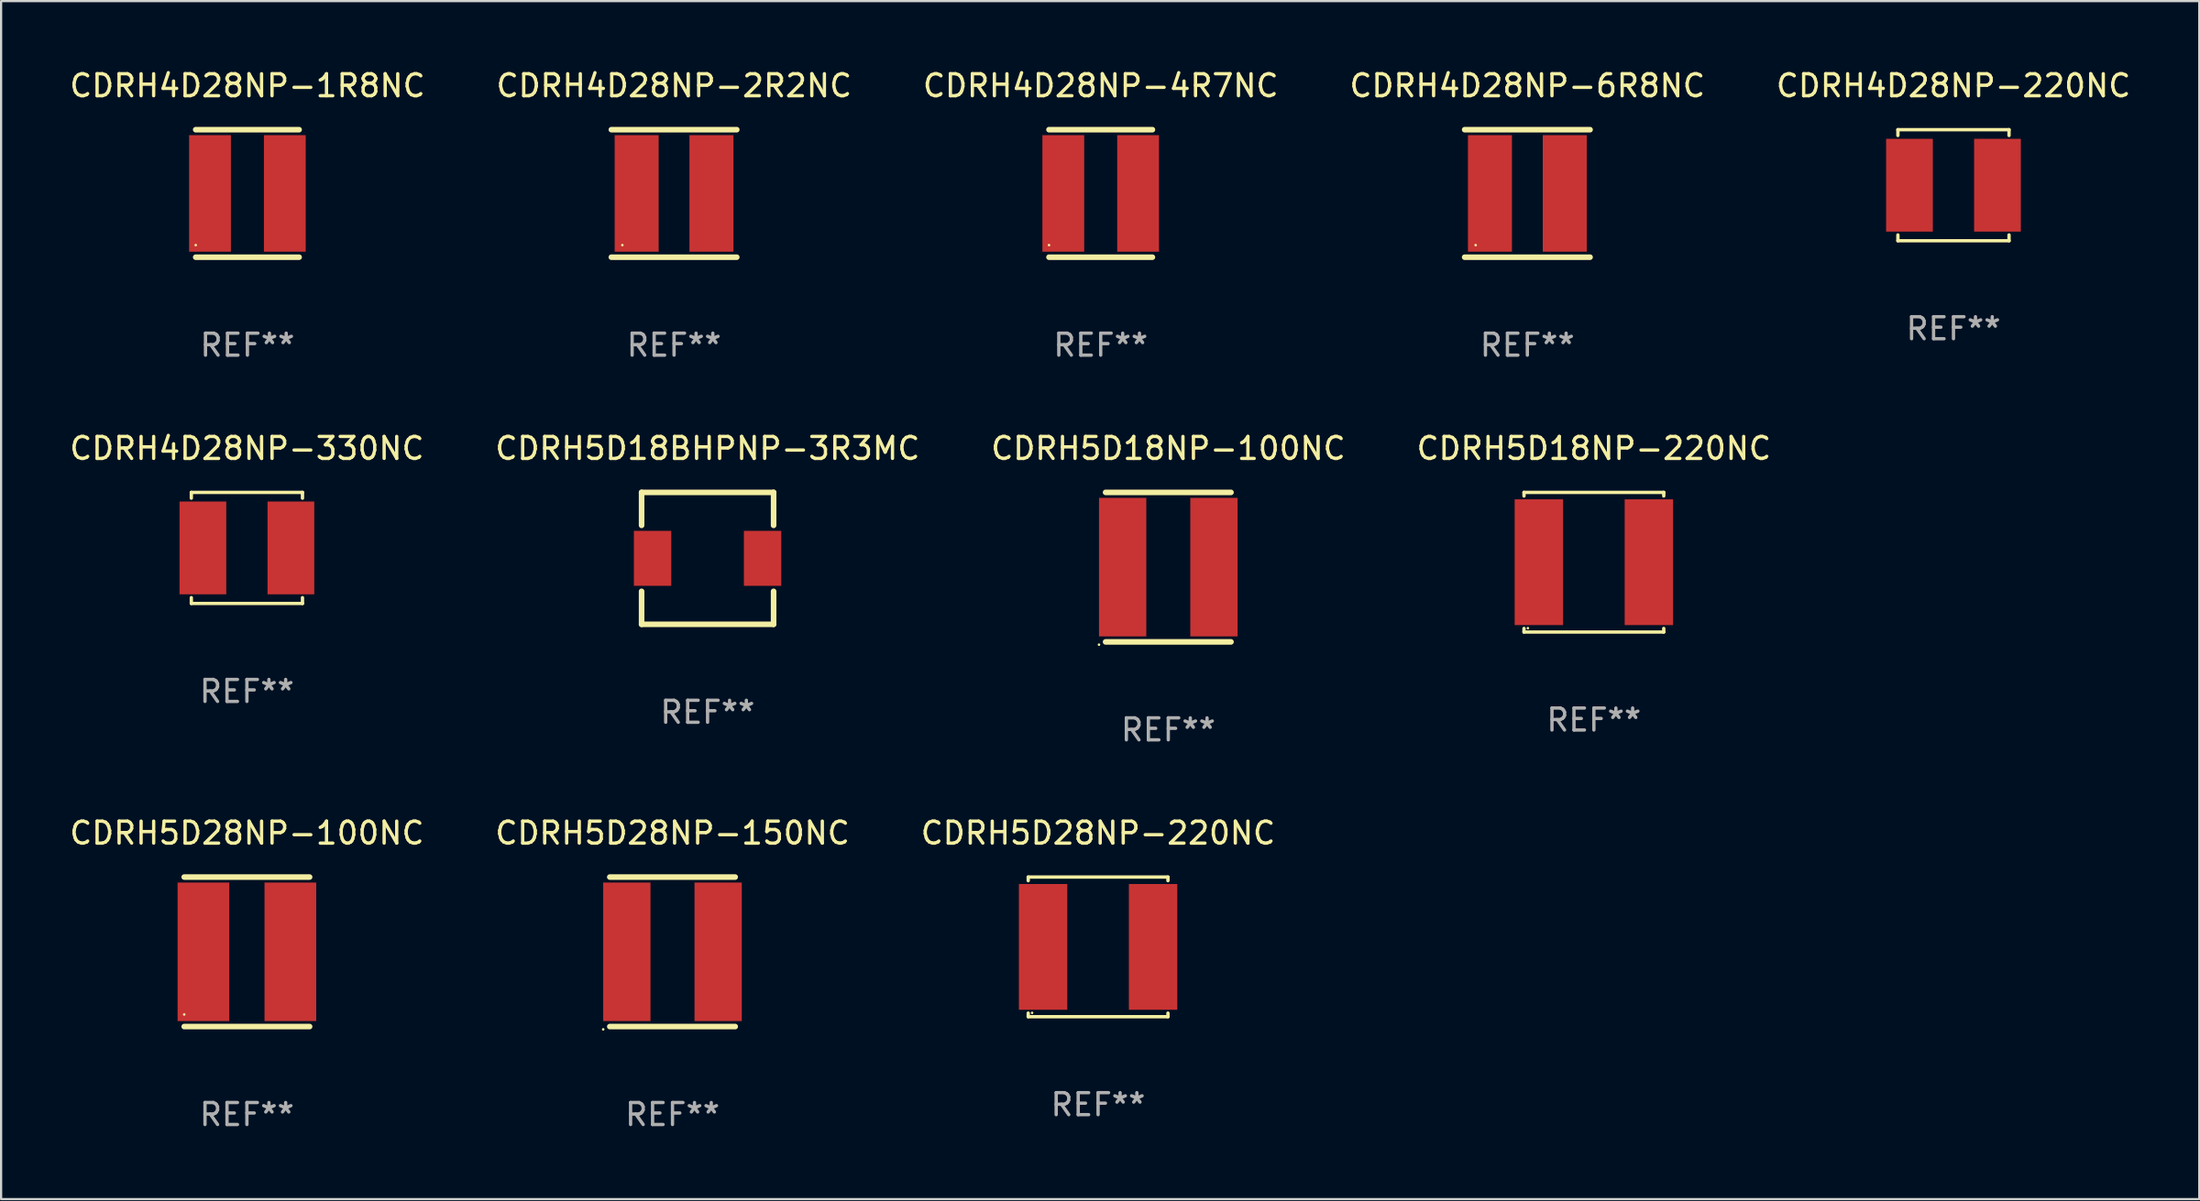
<source format=kicad_pcb>
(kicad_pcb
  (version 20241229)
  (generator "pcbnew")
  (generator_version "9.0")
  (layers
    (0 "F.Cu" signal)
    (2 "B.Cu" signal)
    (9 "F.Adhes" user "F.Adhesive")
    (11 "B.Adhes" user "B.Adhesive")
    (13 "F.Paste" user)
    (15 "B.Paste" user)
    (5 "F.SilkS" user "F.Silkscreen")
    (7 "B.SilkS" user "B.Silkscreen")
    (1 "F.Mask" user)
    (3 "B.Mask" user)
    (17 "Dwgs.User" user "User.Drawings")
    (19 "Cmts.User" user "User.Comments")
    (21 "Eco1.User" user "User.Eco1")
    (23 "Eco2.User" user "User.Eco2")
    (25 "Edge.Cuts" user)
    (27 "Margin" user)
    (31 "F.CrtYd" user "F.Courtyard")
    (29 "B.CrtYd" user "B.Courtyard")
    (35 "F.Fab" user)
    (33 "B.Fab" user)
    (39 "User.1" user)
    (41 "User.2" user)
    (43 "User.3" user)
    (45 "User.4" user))
  (footprint "CDRH4D28NP-220NC"
    (layer "F.Cu")
    (at 85.744 5.374)
    (property "Reference" "CDRH4D28NP-220NC" (at 0 -4.526 0) (layer "F.SilkS") (effects (font (size 1 1) (thickness 0.15))))
    (attr through_hole)
    (fp_line (start -2.526 -2.526) (end 2.526 -2.526) (stroke (width 0.152) (type solid)) (layer "F.SilkS"))
    (fp_line (start -2.526 -2.262) (end -2.526 -2.526) (stroke (width 0.152) (type solid)) (layer "F.SilkS"))
    (fp_line (start -2.526 2.262) (end -2.526 2.526) (stroke (width 0.152) (type solid)) (layer "F.SilkS"))
    (fp_line (start -2.526 2.526) (end 2.526 2.526) (stroke (width 0.152) (type solid)) (layer "F.SilkS"))
    (fp_line (start 2.526 -2.526) (end 2.526 -2.262) (stroke (width 0.152) (type solid)) (layer "F.SilkS"))
    (fp_line (start 2.526 2.526) (end 2.526 2.262) (stroke (width 0.152) (type solid)) (layer "F.SilkS"))
    (fp_circle (center 2.5 -2.5) (end 2.53 -2.5) (stroke (width 0.06) (type solid)) (fill no) (layer "F.SilkS"))
    (fp_text user "REF**" (at 0 6.526 0) (layer "F.Fab") (effects (font (size 1 1) (thickness 0.15))))
    (pad "1" smd rect (at 2 0) (size 2.124 4.22) (layers "F.Cu" "F.Mask" "F.Paste"))
    (pad "2" smd rect (at -2 0) (size 2.124 4.22) (layers "F.Cu" "F.Mask" "F.Paste")))
  (footprint "CDRH5D18NP-100NC"
    (layer "F.Cu")
    (at 50.054 22.745)
    (property "Reference" "CDRH5D18NP-100NC" (at 0 -5.4 0) (layer "F.SilkS") (effects (font (size 1 1) (thickness 0.15))))
    (attr through_hole)
    (fp_line (start -2.85 -3.4) (end 2.85 -3.4) (stroke (width 0.254) (type solid)) (layer "F.SilkS"))
    (fp_line (start -2.85 3.4) (end 2.85 3.4) (stroke (width 0.254) (type solid)) (layer "F.SilkS"))
    (fp_circle (center -3.15 3.527) (end -3.12 3.527) (stroke (width 0.06) (type solid)) (fill no) (layer "F.SilkS"))
    (fp_text user "REF**" (at 0 7.4 0) (layer "F.Fab") (effects (font (size 1 1) (thickness 0.15))))
    (pad "1" smd rect (at -2.075 0 90) (size 6.3 2.15) (layers "F.Cu" "F.Mask" "F.Paste"))
    (pad "2" smd rect (at 2.075 0 90) (size 6.3 2.15) (layers "F.Cu" "F.Mask" "F.Paste")))
  (footprint "CDRH4D28NP-1R8NC"
    (layer "F.Cu")
    (at 8.196 5.748)
    (property "Reference" "CDRH4D28NP-1R8NC" (at 0 -4.9 0) (layer "F.SilkS") (effects (font (size 1 1) (thickness 0.15))))
    (attr through_hole)
    (fp_line (start -2.35 -2.9) (end 2.35 -2.9) (stroke (width 0.254) (type solid)) (layer "F.SilkS"))
    (fp_line (start -2.35 2.9) (end 2.35 2.9) (stroke (width 0.254) (type solid)) (layer "F.SilkS"))
    (fp_circle (center -2.35 2.35) (end -2.32 2.35) (stroke (width 0.06) (type solid)) (fill no) (layer "F.SilkS"))
    (fp_text user "REF**" (at 0 6.9 0) (layer "F.Fab") (effects (font (size 1 1) (thickness 0.15))))
    (pad "1" smd rect (at -1.7 0) (size 1.9 5.3) (layers "F.Cu" "F.Mask" "F.Paste"))
    (pad "2" smd rect (at 1.7 0) (size 1.9 5.3) (layers "F.Cu" "F.Mask" "F.Paste")))
  (footprint "CDRH4D28NP-4R7NC"
    (layer "F.Cu")
    (at 46.982 5.748)
    (property "Reference" "CDRH4D28NP-4R7NC" (at 0 -4.9 0) (layer "F.SilkS") (effects (font (size 1 1) (thickness 0.15))))
    (attr through_hole)
    (fp_line (start -2.35 -2.9) (end 2.35 -2.9) (stroke (width 0.254) (type solid)) (layer "F.SilkS"))
    (fp_line (start -2.35 2.9) (end 2.35 2.9) (stroke (width 0.254) (type solid)) (layer "F.SilkS"))
    (fp_circle (center -2.35 2.35) (end -2.32 2.35) (stroke (width 0.06) (type solid)) (fill no) (layer "F.SilkS"))
    (fp_text user "REF**" (at 0 6.9 0) (layer "F.Fab") (effects (font (size 1 1) (thickness 0.15))))
    (pad "1" smd rect (at -1.7 0) (size 1.9 5.3) (layers "F.Cu" "F.Mask" "F.Paste"))
    (pad "2" smd rect (at 1.7 0) (size 1.9 5.3) (layers "F.Cu" "F.Mask" "F.Paste")))
  (footprint "CDRH5D18NP-220NC"
    (layer "F.Cu")
    (at 69.399 22.521)
    (property "Reference" "CDRH5D18NP-220NC" (at 0 -5.176 0) (layer "F.SilkS") (effects (font (size 1 1) (thickness 0.15))))
    (attr through_hole)
    (fp_line (start -3.176 -3.176) (end 3.176 -3.176) (stroke (width 0.152) (type solid)) (layer "F.SilkS"))
    (fp_line (start -3.176 -3.012) (end -3.176 -3.176) (stroke (width 0.152) (type solid)) (layer "F.SilkS"))
    (fp_line (start -3.176 3.012) (end -3.176 3.176) (stroke (width 0.152) (type solid)) (layer "F.SilkS"))
    (fp_line (start -3.176 3.176) (end 3.176 3.176) (stroke (width 0.152) (type solid)) (layer "F.SilkS"))
    (fp_line (start 3.176 -3.176) (end 3.176 -3.012) (stroke (width 0.152) (type solid)) (layer "F.SilkS"))
    (fp_line (start 3.176 3.176) (end 3.176 3.012) (stroke (width 0.152) (type solid)) (layer "F.SilkS"))
    (fp_circle (center -3 3) (end -2.97 3) (stroke (width 0.06) (type solid)) (fill no) (layer "F.SilkS"))
    (fp_text user "REF**" (at 0 7.176 0) (layer "F.Fab") (effects (font (size 1 1) (thickness 0.15))))
    (pad "1" smd rect (at -2.5 0) (size 2.2 5.72) (layers "F.Cu" "F.Mask" "F.Paste"))
    (pad "2" smd rect (at 2.5 0) (size 2.2 5.72) (layers "F.Cu" "F.Mask" "F.Paste")))
  (footprint "CDRH4D28NP-330NC"
    (layer "F.Cu")
    (at 8.173 21.871)
    (property "Reference" "CDRH4D28NP-330NC" (at 0 -4.526 0) (layer "F.SilkS") (effects (font (size 1 1) (thickness 0.15))))
    (attr through_hole)
    (fp_line (start -2.526 -2.526) (end 2.526 -2.526) (stroke (width 0.152) (type solid)) (layer "F.SilkS"))
    (fp_line (start -2.526 -2.262) (end -2.526 -2.526) (stroke (width 0.152) (type solid)) (layer "F.SilkS"))
    (fp_line (start -2.526 2.262) (end -2.526 2.526) (stroke (width 0.152) (type solid)) (layer "F.SilkS"))
    (fp_line (start -2.526 2.526) (end 2.526 2.526) (stroke (width 0.152) (type solid)) (layer "F.SilkS"))
    (fp_line (start 2.526 -2.526) (end 2.526 -2.262) (stroke (width 0.152) (type solid)) (layer "F.SilkS"))
    (fp_line (start 2.526 2.526) (end 2.526 2.262) (stroke (width 0.152) (type solid)) (layer "F.SilkS"))
    (fp_circle (center 2.5 -2.5) (end 2.53 -2.5) (stroke (width 0.06) (type solid)) (fill no) (layer "F.SilkS"))
    (fp_text user "REF**" (at 0 6.526 0) (layer "F.Fab") (effects (font (size 1 1) (thickness 0.15))))
    (pad "1" smd rect (at 2 0) (size 2.124 4.22) (layers "F.Cu" "F.Mask" "F.Paste"))
    (pad "2" smd rect (at -2 0) (size 2.124 4.22) (layers "F.Cu" "F.Mask" "F.Paste")))
  (footprint "CDRH4D28NP-2R2NC"
    (layer "F.Cu")
    (at 27.589 5.748)
    (property "Reference" "CDRH4D28NP-2R2NC" (at 0 -4.9 0) (layer "F.SilkS") (effects (font (size 1 1) (thickness 0.15))))
    (attr through_hole)
    (fp_line (start -2.85 -2.9) (end 2.85 -2.9) (stroke (width 0.254) (type solid)) (layer "F.SilkS"))
    (fp_line (start -2.85 2.9) (end 2.85 2.9) (stroke (width 0.254) (type solid)) (layer "F.SilkS"))
    (fp_circle (center -2.35 2.35) (end -2.32 2.35) (stroke (width 0.06) (type solid)) (fill no) (layer "F.SilkS"))
    (fp_text user "REF**" (at 0 6.9 0) (layer "F.Fab") (effects (font (size 1 1) (thickness 0.15))))
    (pad "1" smd rect (at -1.7 0) (size 2 5.3) (layers "F.Cu" "F.Mask" "F.Paste"))
    (pad "2" smd rect (at 1.7 0) (size 2 5.3) (layers "F.Cu" "F.Mask" "F.Paste")))
  (footprint "CDRH5D28NP-220NC"
    (layer "F.Cu")
    (at 46.863 40.017)
    (property "Reference" "CDRH5D28NP-220NC" (at 0 -5.176 0) (layer "F.SilkS") (effects (font (size 1 1) (thickness 0.15))))
    (attr through_hole)
    (fp_line (start -3.176 -3.176) (end 3.176 -3.176) (stroke (width 0.152) (type solid)) (layer "F.SilkS"))
    (fp_line (start -3.176 -3.012) (end -3.176 -3.176) (stroke (width 0.152) (type solid)) (layer "F.SilkS"))
    (fp_line (start -3.176 3.012) (end -3.176 3.176) (stroke (width 0.152) (type solid)) (layer "F.SilkS"))
    (fp_line (start -3.176 3.176) (end 3.176 3.176) (stroke (width 0.152) (type solid)) (layer "F.SilkS"))
    (fp_line (start 3.176 -3.176) (end 3.176 -3.012) (stroke (width 0.152) (type solid)) (layer "F.SilkS"))
    (fp_line (start 3.176 3.176) (end 3.176 3.012) (stroke (width 0.152) (type solid)) (layer "F.SilkS"))
    (fp_circle (center -3 3) (end -2.97 3) (stroke (width 0.06) (type solid)) (fill no) (layer "F.SilkS"))
    (fp_text user "REF**" (at 0 7.176 0) (layer "F.Fab") (effects (font (size 1 1) (thickness 0.15))))
    (pad "1" smd rect (at -2.5 0) (size 2.2 5.72) (layers "F.Cu" "F.Mask" "F.Paste"))
    (pad "2" smd rect (at 2.5 0) (size 2.2 5.72) (layers "F.Cu" "F.Mask" "F.Paste")))
  (footprint "CDRH5D28NP-100NC"
    (layer "F.Cu")
    (at 8.173 40.241)
    (property "Reference" "CDRH5D28NP-100NC" (at 0 -5.4 0) (layer "F.SilkS") (effects (font (size 1 1) (thickness 0.15))))
    (attr through_hole)
    (fp_line (start -2.85 -3.4) (end 2.85 -3.4) (stroke (width 0.254) (type solid)) (layer "F.SilkS"))
    (fp_line (start -2.85 3.4) (end 2.85 3.4) (stroke (width 0.254) (type solid)) (layer "F.SilkS"))
    (fp_circle (center -2.85 2.85) (end -2.82 2.85) (stroke (width 0.06) (type solid)) (fill no) (layer "F.SilkS"))
    (fp_text user "REF**" (at 0 7.4 0) (layer "F.Fab") (effects (font (size 1 1) (thickness 0.15))))
    (pad "1" smd rect (at -1.975 0 90) (size 6.3 2.35) (layers "F.Cu" "F.Mask" "F.Paste"))
    (pad "2" smd rect (at 1.975 0 90) (size 6.3 2.35) (layers "F.Cu" "F.Mask" "F.Paste")))
  (footprint "CDRH5D18BHPNP-3R3MC"
    (layer "F.Cu")
    (at 29.113 22.345)
    (property "Reference" "CDRH5D18BHPNP-3R3MC" (at 0 -5 0) (layer "F.SilkS") (effects (font (size 1 1) (thickness 0.15))))
    (attr through_hole)
    (fp_line (start -3 -3) (end 3 -3) (stroke (width 0.254) (type solid)) (layer "F.SilkS"))
    (fp_line (start -3 -1.5) (end -3 -3) (stroke (width 0.254) (type solid)) (layer "F.SilkS"))
    (fp_line (start -3 1.5) (end -3 3) (stroke (width 0.254) (type solid)) (layer "F.SilkS"))
    (fp_line (start -3 3) (end 3 3) (stroke (width 0.254) (type solid)) (layer "F.SilkS"))
    (fp_line (start 3 -3) (end 3 -1.5) (stroke (width 0.254) (type solid)) (layer "F.SilkS"))
    (fp_line (start 3 3) (end 3 1.5) (stroke (width 0.254) (type solid)) (layer "F.SilkS"))
    (fp_circle (center -3 3) (end -2.97 3) (stroke (width 0.06) (type solid)) (fill no) (layer "F.SilkS"))
    (fp_text user "REF**" (at 0 7 0) (layer "F.Fab") (effects (font (size 1 1) (thickness 0.15))))
    (pad "1" smd rect (at -2.5 0 270) (size 2.5 1.7) (layers "F.Cu" "F.Mask" "F.Paste"))
    (pad "2" smd rect (at 2.5 0 270) (size 2.5 1.7) (layers "F.Cu" "F.Mask" "F.Paste")))
  (footprint "CDRH4D28NP-6R8NC"
    (layer "F.Cu")
    (at 66.375 5.748)
    (property "Reference" "CDRH4D28NP-6R8NC" (at 0 -4.9 0) (layer "F.SilkS") (effects (font (size 1 1) (thickness 0.15))))
    (attr through_hole)
    (fp_line (start -2.85 -2.9) (end 2.85 -2.9) (stroke (width 0.254) (type solid)) (layer "F.SilkS"))
    (fp_line (start -2.85 2.9) (end 2.85 2.9) (stroke (width 0.254) (type solid)) (layer "F.SilkS"))
    (fp_circle (center -2.35 2.35) (end -2.32 2.35) (stroke (width 0.06) (type solid)) (fill no) (layer "F.SilkS"))
    (fp_text user "REF**" (at 0 6.9 0) (layer "F.Fab") (effects (font (size 1 1) (thickness 0.15))))
    (pad "1" smd rect (at -1.7 0) (size 2 5.3) (layers "F.Cu" "F.Mask" "F.Paste"))
    (pad "2" smd rect (at 1.7 0) (size 2 5.3) (layers "F.Cu" "F.Mask" "F.Paste")))
  (footprint "CDRH5D28NP-150NC"
    (layer "F.Cu")
    (at 27.518 40.241)
    (property "Reference" "CDRH5D28NP-150NC" (at 0 -5.4 0) (layer "F.SilkS") (effects (font (size 1 1) (thickness 0.15))))
    (attr through_hole)
    (fp_line (start -2.85 -3.4) (end 2.85 -3.4) (stroke (width 0.254) (type solid)) (layer "F.SilkS"))
    (fp_line (start -2.85 3.4) (end 2.85 3.4) (stroke (width 0.254) (type solid)) (layer "F.SilkS"))
    (fp_circle (center -3.15 3.527) (end -3.12 3.527) (stroke (width 0.06) (type solid)) (fill no) (layer "F.SilkS"))
    (fp_text user "REF**" (at 0 7.4 0) (layer "F.Fab") (effects (font (size 1 1) (thickness 0.15))))
    (pad "1" smd rect (at -2.075 0 90) (size 6.3 2.15) (layers "F.Cu" "F.Mask" "F.Paste"))
    (pad "2" smd rect (at 2.075 0 90) (size 6.3 2.15) (layers "F.Cu" "F.Mask" "F.Paste")))
  (gr_rect
    (start -3 -3)
    (end 96.917 51.489)
    (stroke (width 0.1) (type default))
    (fill no)
    (layer "Edge.Cuts")))
</source>
